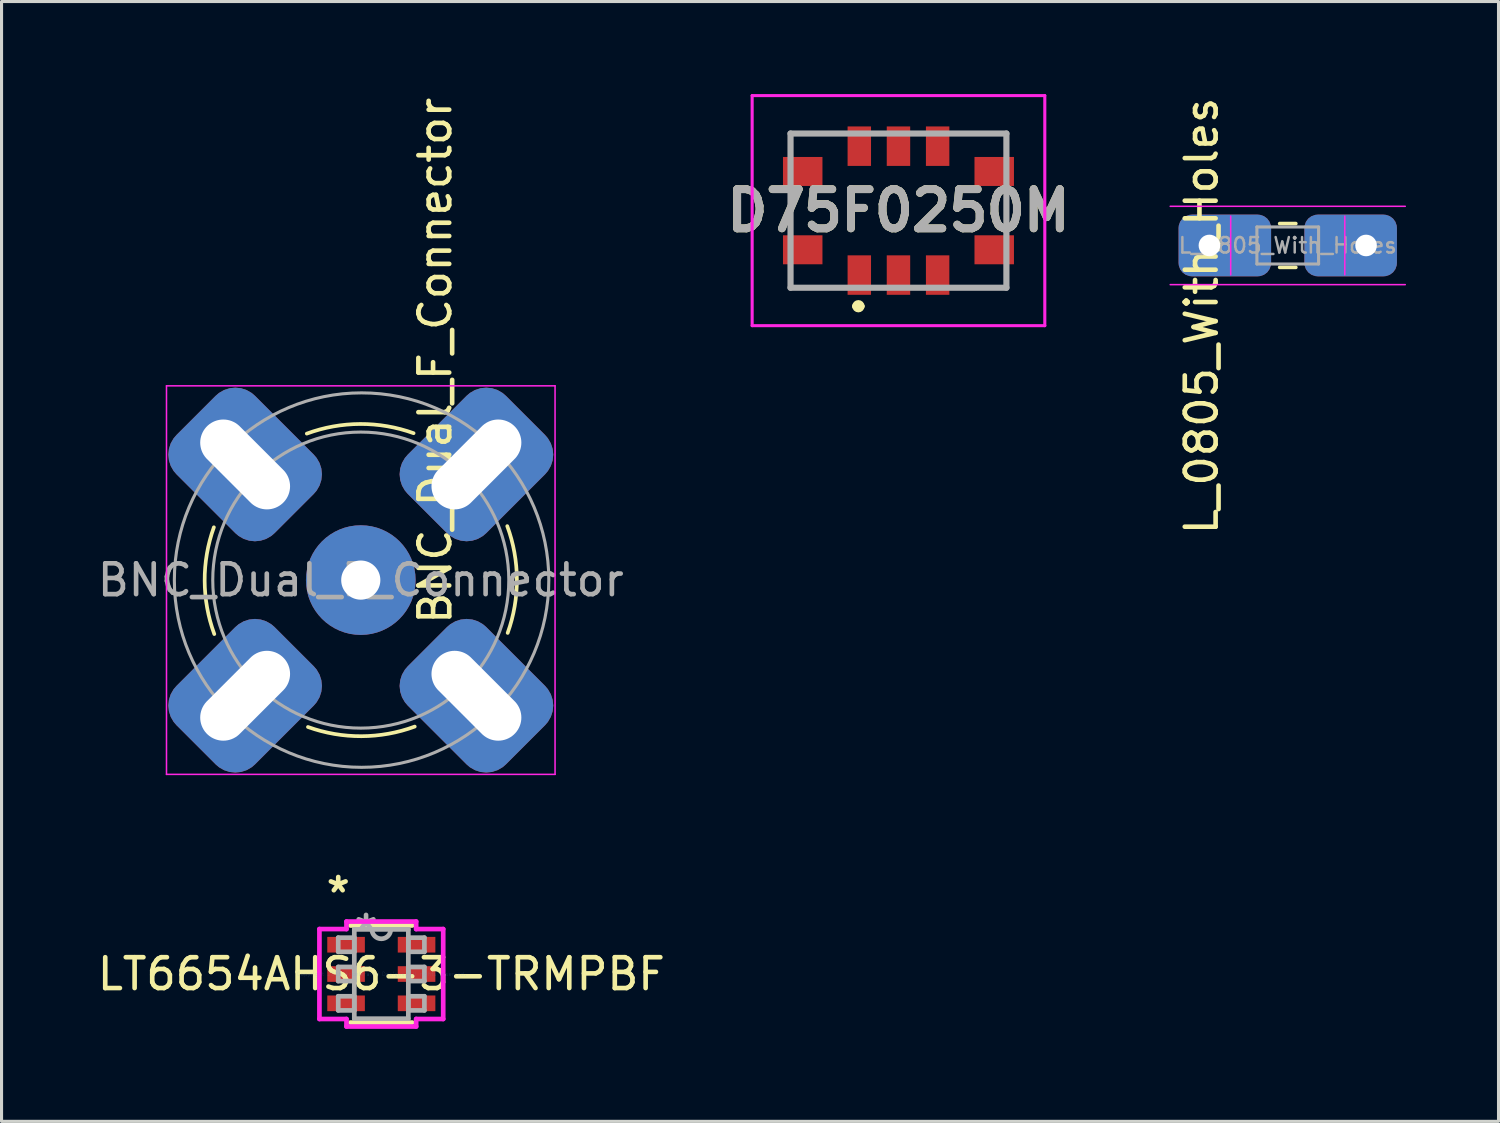
<source format=kicad_pcb>
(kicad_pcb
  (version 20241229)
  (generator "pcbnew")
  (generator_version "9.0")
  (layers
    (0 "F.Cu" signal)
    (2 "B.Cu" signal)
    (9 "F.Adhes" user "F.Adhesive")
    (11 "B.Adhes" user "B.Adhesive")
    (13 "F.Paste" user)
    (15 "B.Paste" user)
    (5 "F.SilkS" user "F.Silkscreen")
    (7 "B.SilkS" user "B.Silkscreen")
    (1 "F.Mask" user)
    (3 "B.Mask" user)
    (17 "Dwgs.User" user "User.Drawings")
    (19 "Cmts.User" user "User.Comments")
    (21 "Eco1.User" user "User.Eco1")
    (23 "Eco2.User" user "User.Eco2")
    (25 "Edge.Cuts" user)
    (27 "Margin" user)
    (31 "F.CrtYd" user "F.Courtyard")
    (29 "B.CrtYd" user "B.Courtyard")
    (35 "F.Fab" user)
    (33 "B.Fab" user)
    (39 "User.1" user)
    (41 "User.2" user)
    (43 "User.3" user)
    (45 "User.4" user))
  (footprint "LT6654AHS6-3-TRMPBF"
    (layer "F.Cu")
    (at 9.315 28.535)
    (property "Reference" "LT6654AHS6-3-TRMPBF" (at 0 0 0) (layer "F.SilkS") (effects (font (size 1 1) (thickness 0.15))))
    (attr through_hole)
    (fp_line (start -1.003 1.575) (end 1.003 1.575) (stroke (width 0.152) (type solid)) (layer "F.SilkS"))
    (fp_line (start 1.003 -1.575) (end -1.003 -1.575) (stroke (width 0.152) (type solid)) (layer "F.SilkS"))
    (fp_line (start -2.007 -1.458) (end -1.13 -1.458) (stroke (width 0.152) (type solid)) (layer "F.CrtYd"))
    (fp_line (start -2.007 1.458) (end -2.007 -1.458) (stroke (width 0.152) (type solid)) (layer "F.CrtYd"))
    (fp_line (start -1.13 -1.702) (end 1.13 -1.702) (stroke (width 0.152) (type solid)) (layer "F.CrtYd"))
    (fp_line (start -1.13 -1.458) (end -1.13 -1.702) (stroke (width 0.152) (type solid)) (layer "F.CrtYd"))
    (fp_line (start -1.13 1.458) (end -2.007 1.458) (stroke (width 0.152) (type solid)) (layer "F.CrtYd"))
    (fp_line (start -1.13 1.702) (end -1.13 1.458) (stroke (width 0.152) (type solid)) (layer "F.CrtYd"))
    (fp_line (start 1.13 -1.702) (end 1.13 -1.458) (stroke (width 0.152) (type solid)) (layer "F.CrtYd"))
    (fp_line (start 1.13 -1.458) (end 2.007 -1.458) (stroke (width 0.152) (type solid)) (layer "F.CrtYd"))
    (fp_line (start 1.13 1.458) (end 1.13 1.702) (stroke (width 0.152) (type solid)) (layer "F.CrtYd"))
    (fp_line (start 1.13 1.702) (end -1.13 1.702) (stroke (width 0.152) (type solid)) (layer "F.CrtYd"))
    (fp_line (start 2.007 -1.458) (end 2.007 1.458) (stroke (width 0.152) (type solid)) (layer "F.CrtYd"))
    (fp_line (start 2.007 1.458) (end 1.13 1.458) (stroke (width 0.152) (type solid)) (layer "F.CrtYd"))
    (fp_line (start -1.397 -1.179) (end -1.397 -0.721) (stroke (width 0.152) (type solid)) (layer "F.Fab"))
    (fp_line (start -1.397 -0.721) (end -0.876 -0.721) (stroke (width 0.152) (type solid)) (layer "F.Fab"))
    (fp_line (start -1.397 -0.229) (end -1.397 0.229) (stroke (width 0.152) (type solid)) (layer "F.Fab"))
    (fp_line (start -1.397 0.229) (end -0.876 0.229) (stroke (width 0.152) (type solid)) (layer "F.Fab"))
    (fp_line (start -1.397 0.721) (end -1.397 1.179) (stroke (width 0.152) (type solid)) (layer "F.Fab"))
    (fp_line (start -1.397 1.179) (end -0.876 1.179) (stroke (width 0.152) (type solid)) (layer "F.Fab"))
    (fp_line (start -0.876 -1.448) (end -0.876 1.448) (stroke (width 0.152) (type solid)) (layer "F.Fab"))
    (fp_line (start -0.876 -1.179) (end -1.397 -1.179) (stroke (width 0.152) (type solid)) (layer "F.Fab"))
    (fp_line (start -0.876 -0.721) (end -0.876 -1.179) (stroke (width 0.152) (type solid)) (layer "F.Fab"))
    (fp_line (start -0.876 -0.229) (end -1.397 -0.229) (stroke (width 0.152) (type solid)) (layer "F.Fab"))
    (fp_line (start -0.876 0.229) (end -0.876 -0.229) (stroke (width 0.152) (type solid)) (layer "F.Fab"))
    (fp_line (start -0.876 0.721) (end -1.397 0.721) (stroke (width 0.152) (type solid)) (layer "F.Fab"))
    (fp_line (start -0.876 1.179) (end -0.876 0.721) (stroke (width 0.152) (type solid)) (layer "F.Fab"))
    (fp_line (start -0.876 1.448) (end 0.876 1.448) (stroke (width 0.152) (type solid)) (layer "F.Fab"))
    (fp_line (start 0.876 -1.448) (end -0.876 -1.448) (stroke (width 0.152) (type solid)) (layer "F.Fab"))
    (fp_line (start 0.876 -1.179) (end 0.876 -0.721) (stroke (width 0.152) (type solid)) (layer "F.Fab"))
    (fp_line (start 0.876 -0.721) (end 1.397 -0.721) (stroke (width 0.152) (type solid)) (layer "F.Fab"))
    (fp_line (start 0.876 -0.229) (end 0.876 0.229) (stroke (width 0.152) (type solid)) (layer "F.Fab"))
    (fp_line (start 0.876 0.229) (end 1.397 0.229) (stroke (width 0.152) (type solid)) (layer "F.Fab"))
    (fp_line (start 0.876 0.721) (end 0.876 1.179) (stroke (width 0.152) (type solid)) (layer "F.Fab"))
    (fp_line (start 0.876 1.179) (end 1.397 1.179) (stroke (width 0.152) (type solid)) (layer "F.Fab"))
    (fp_line (start 0.876 1.448) (end 0.876 -1.448) (stroke (width 0.152) (type solid)) (layer "F.Fab"))
    (fp_line (start 1.397 -1.179) (end 0.876 -1.179) (stroke (width 0.152) (type solid)) (layer "F.Fab"))
    (fp_line (start 1.397 -0.721) (end 1.397 -1.179) (stroke (width 0.152) (type solid)) (layer "F.Fab"))
    (fp_line (start 1.397 -0.229) (end 0.876 -0.229) (stroke (width 0.152) (type solid)) (layer "F.Fab"))
    (fp_line (start 1.397 0.229) (end 1.397 -0.229) (stroke (width 0.152) (type solid)) (layer "F.Fab"))
    (fp_line (start 1.397 0.721) (end 0.876 0.721) (stroke (width 0.152) (type solid)) (layer "F.Fab"))
    (fp_line (start 1.397 1.179) (end 1.397 0.721) (stroke (width 0.152) (type solid)) (layer "F.Fab"))
    (fp_arc (start 0.3048 -1.4478) (mid 0 -1.143) (end -0.3048 -1.4478) (stroke (width 0.1524) (type solid)) (layer "F.Fab"))
    (fp_text user "*" (at -1.397 -2.601 0) (layer "F.SilkS") (effects (font (size 1 1) (thickness 0.15))))
    (fp_text user "Copyright 2016 Accelerated Designs. All rights reserved." (at 0 0 0) (layer "Cmts.User") (effects (font (size 0.127 0.127) (thickness 0.002))))
    (fp_text user "*" (at -0.495 -1.372 0) (layer "F.Fab") (effects (font (size 1 1) (thickness 0.15))))
    (pad "1" smd rect (at -1.143 -0.95) (size 1.219 0.508) (layers "F.Cu" "F.Mask" "F.Paste"))
    (pad "2" smd rect (at -1.143 0) (size 1.219 0.508) (layers "F.Cu" "F.Mask" "F.Paste"))
    (pad "3" smd rect (at -1.143 0.95) (size 1.219 0.508) (layers "F.Cu" "F.Mask" "F.Paste"))
    (pad "4" smd rect (at 1.143 0.95) (size 1.219 0.508) (layers "F.Cu" "F.Mask" "F.Paste"))
    (pad "5" smd rect (at 1.143 0) (size 1.219 0.508) (layers "F.Cu" "F.Mask" "F.Paste"))
    (pad "6" smd rect (at 1.143 -0.95) (size 1.219 0.508) (layers "F.Cu" "F.Mask" "F.Paste")))
  (footprint "L_0805_With_Holes"
    (layer "F.Cu")
    (at 38.708 4.91)
    (property "Reference" "L_0805_With_Holes" (at -2.794 2.286 90) (layer "F.SilkS") (effects (font (size 1 1) (thickness 0.15))))
    (attr smd)
    (fp_line (start -0.261 -0.71) (end 0.261 -0.71) (stroke (width 0.12) (type solid)) (layer "F.SilkS"))
    (fp_line (start -0.261 0.71) (end 0.261 0.71) (stroke (width 0.12) (type solid)) (layer "F.SilkS"))
    (fp_line (start -3.81 -1.27) (end 3.81 -1.27) (stroke (width 0.05) (type solid)) (layer "F.CrtYd"))
    (fp_line (start -1.85 0.95) (end -1.85 -0.95) (stroke (width 0.05) (type solid)) (layer "F.CrtYd"))
    (fp_line (start 1.85 -0.95) (end 1.85 0.95) (stroke (width 0.05) (type solid)) (layer "F.CrtYd"))
    (fp_line (start 3.81 1.27) (end -3.81 1.27) (stroke (width 0.05) (type solid)) (layer "F.CrtYd"))
    (fp_line (start -1 -0.6) (end 1 -0.6) (stroke (width 0.1) (type solid)) (layer "F.Fab"))
    (fp_line (start -1 0.6) (end -1 -0.6) (stroke (width 0.1) (type solid)) (layer "F.Fab"))
    (fp_line (start 1 -0.6) (end 1 0.6) (stroke (width 0.1) (type solid)) (layer "F.Fab"))
    (fp_line (start 1 0.6) (end -1 0.6) (stroke (width 0.1) (type solid)) (layer "F.Fab"))
    (fp_text user "${REFERENCE}" (at 0 0 0) (layer "F.Fab") (effects (font (size 0.5 0.5) (thickness 0.08))))
    (pad "1" thru_hole roundrect (at -2.54 0) (size 3 2) (drill 0.7 (offset 0.5 0)) (layers "*.Cu" "*.Mask") (roundrect_rratio 0.217))
    (pad "2" thru_hole roundrect (at 2.54 0) (size 3 2) (drill 0.7 (offset -0.5 0)) (layers "*.Cu" "*.Mask") (roundrect_rratio 0.217)))
  (footprint "D75F0250M"
    (layer "F.Cu")
    (at 26.085 3.78)
    (property "Reference" "D75F0250M" (at 0 0 0) (layer "F.SilkS") (effects (font (size 1.27 1.27) (thickness 0.254))))
    (attr smd)
    (fp_line (start -3.5 -2.5) (end -3.5 -2.09) (stroke (width 0.1) (type solid)) (layer "F.SilkS"))
    (fp_line (start -3.5 -0.5) (end -3.5 0.5) (stroke (width 0.1) (type solid)) (layer "F.SilkS"))
    (fp_line (start -3.5 2) (end -3.5 2.5) (stroke (width 0.1) (type solid)) (layer "F.SilkS"))
    (fp_line (start -3.5 2.5) (end -2 2.5) (stroke (width 0.1) (type solid)) (layer "F.SilkS"))
    (fp_line (start -2 -2.5) (end -3.5 -2.5) (stroke (width 0.1) (type solid)) (layer "F.SilkS"))
    (fp_line (start -1.4 3.1) (end -1.4 3.1) (stroke (width 0.2) (type solid)) (layer "F.SilkS"))
    (fp_line (start -1.2 3.1) (end -1.2 3.1) (stroke (width 0.2) (type solid)) (layer "F.SilkS"))
    (fp_line (start 2 -2.5) (end 3.5 -2.5) (stroke (width 0.1) (type solid)) (layer "F.SilkS"))
    (fp_line (start 2 2.5) (end 3.5 2.5) (stroke (width 0.1) (type solid)) (layer "F.SilkS"))
    (fp_line (start 3.5 -2.5) (end 3.5 -2) (stroke (width 0.1) (type solid)) (layer "F.SilkS"))
    (fp_line (start 3.5 -0.5) (end 3.5 0.5) (stroke (width 0.1) (type solid)) (layer "F.SilkS"))
    (fp_line (start 3.5 2.5) (end 3.5 2) (stroke (width 0.1) (type solid)) (layer "F.SilkS"))
    (fp_arc (start -1.4 3.1) (mid -1.3 3) (end -1.2 3.1) (stroke (width 0.2) (type solid)) (layer "F.SilkS"))
    (fp_arc (start -1.2 3.1) (mid -1.3 3.2) (end -1.4 3.1) (stroke (width 0.2) (type solid)) (layer "F.SilkS"))
    (fp_line (start -4.745 -3.73) (end 4.745 -3.73) (stroke (width 0.1) (type solid)) (layer "F.CrtYd"))
    (fp_line (start -4.745 3.73) (end -4.745 -3.73) (stroke (width 0.1) (type solid)) (layer "F.CrtYd"))
    (fp_line (start 4.745 -3.73) (end 4.745 3.73) (stroke (width 0.1) (type solid)) (layer "F.CrtYd"))
    (fp_line (start 4.745 3.73) (end -4.745 3.73) (stroke (width 0.1) (type solid)) (layer "F.CrtYd"))
    (fp_line (start -3.5 -2.5) (end 3.5 -2.5) (stroke (width 0.2) (type solid)) (layer "F.Fab"))
    (fp_line (start -3.5 2.5) (end -3.5 -2.5) (stroke (width 0.2) (type solid)) (layer "F.Fab"))
    (fp_line (start 3.5 -2.5) (end 3.5 2.5) (stroke (width 0.2) (type solid)) (layer "F.Fab"))
    (fp_line (start 3.5 2.5) (end -3.5 2.5) (stroke (width 0.2) (type solid)) (layer "F.Fab"))
    (fp_text user "${REFERENCE}" (at 0 0 0) (layer "F.Fab") (effects (font (size 1.27 1.27) (thickness 0.254))))
    (pad "1" smd rect (at -1.27 2.09) (size 0.76 1.28) (layers "F.Cu" "F.Mask" "F.Paste"))
    (pad "2" smd rect (at 0 2.09) (size 0.76 1.28) (layers "F.Cu" "F.Mask" "F.Paste"))
    (pad "3" smd rect (at 1.27 2.09) (size 0.76 1.28) (layers "F.Cu" "F.Mask" "F.Paste"))
    (pad "4" smd rect (at 3.105 1.27 90) (size 0.94 1.28) (layers "F.Cu" "F.Mask" "F.Paste"))
    (pad "5" smd rect (at 3.105 -1.27 90) (size 0.94 1.28) (layers "F.Cu" "F.Mask" "F.Paste"))
    (pad "6" smd rect (at 1.27 -2.09) (size 0.76 1.28) (layers "F.Cu" "F.Mask" "F.Paste"))
    (pad "7" smd rect (at 0 -2.09) (size 0.76 1.28) (layers "F.Cu" "F.Mask" "F.Paste"))
    (pad "8" smd rect (at -1.27 -2.09) (size 0.76 1.28) (layers "F.Cu" "F.Mask" "F.Paste"))
    (pad "9" smd rect (at -3.105 -1.27 90) (size 0.94 1.28) (layers "F.Cu" "F.Mask" "F.Paste"))
    (pad "10" smd rect (at -3.105 1.27 90) (size 0.94 1.28) (layers "F.Cu" "F.Mask" "F.Paste")))
  (footprint "BNC_Dual_F_Connector"
    (layer "F.Cu")
    (at 8.649 15.761)
    (property "Reference" "BNC_Dual_F_Connector" (at 2.413 -7.112 90) (layer "F.SilkS") (effects (font (size 1 1) (thickness 0.15))))
    (attr through_hole)
    (fp_arc (start -4.75 1.75) (mid -5.062075 0.019867) (end -4.763589 -1.712663) (stroke (width 0.12) (type solid)) (layer "F.SilkS"))
    (fp_arc (start -1.75 -4.75) (mid -0.019867 -5.062075) (end 1.712663 -4.763589) (stroke (width 0.12) (type solid)) (layer "F.SilkS"))
    (fp_arc (start 1.75 4.75) (mid 0.019867 5.062075) (end -1.712663 4.763589) (stroke (width 0.12) (type solid)) (layer "F.SilkS"))
    (fp_arc (start 4.75 -1.75) (mid 5.062075 -0.019867) (end 4.763589 1.712663) (stroke (width 0.12) (type solid)) (layer "F.SilkS"))
    (fp_line (start -6.3 -6.3) (end 6.3 -6.3) (stroke (width 0.05) (type solid)) (layer "F.CrtYd"))
    (fp_line (start -6.3 6.3) (end -6.3 -6.3) (stroke (width 0.05) (type solid)) (layer "F.CrtYd"))
    (fp_line (start 6.3 -6.3) (end 6.3 6.3) (stroke (width 0.05) (type solid)) (layer "F.CrtYd"))
    (fp_line (start 6.3 6.3) (end -6.3 6.3) (stroke (width 0.05) (type solid)) (layer "F.CrtYd"))
    (fp_circle (center 0 0) (end 4.8 0) (stroke (width 0.1) (type solid)) (fill no) (layer "F.Fab"))
    (fp_circle (center 0.026 0) (end 6.096 -0.127) (stroke (width 0.1) (type solid)) (fill no) (layer "F.Fab"))
    (fp_text user "${REFERENCE}" (at 0 0 0) (layer "F.Fab") (effects (font (size 1 1) (thickness 0.15))))
    (pad "1" thru_hole circle (at 0 0) (size 3.556 3.556) (drill 1.27) (layers "*.Cu" "*.Mask"))
    (pad "2" thru_hole roundrect (at -3.75 -3.75 45) (size 3.6 4.5) (drill oval 1.5 3.5) (layers "*.Cu" "*.Mask") (roundrect_rratio 0.25))
    (pad "2" thru_hole roundrect (at -3.75 3.75 315) (size 3.6 4.5) (drill oval 1.5 3.5) (layers "*.Cu" "*.Mask") (roundrect_rratio 0.25))
    (pad "2" thru_hole roundrect (at 3.75 -3.75 315) (size 3.6 4.5) (drill oval 1.5 3.5) (layers "*.Cu" "*.Mask") (roundrect_rratio 0.25))
    (pad "2" thru_hole roundrect (at 3.75 3.75 45) (size 3.6 4.5) (drill oval 1.5 3.5) (layers "*.Cu" "*.Mask") (roundrect_rratio 0.25)))
  (gr_rect
    (start -3 -3)
    (end 45.543 33.313)
    (stroke (width 0.1) (type default))
    (fill no)
    (layer "Edge.Cuts")))
</source>
